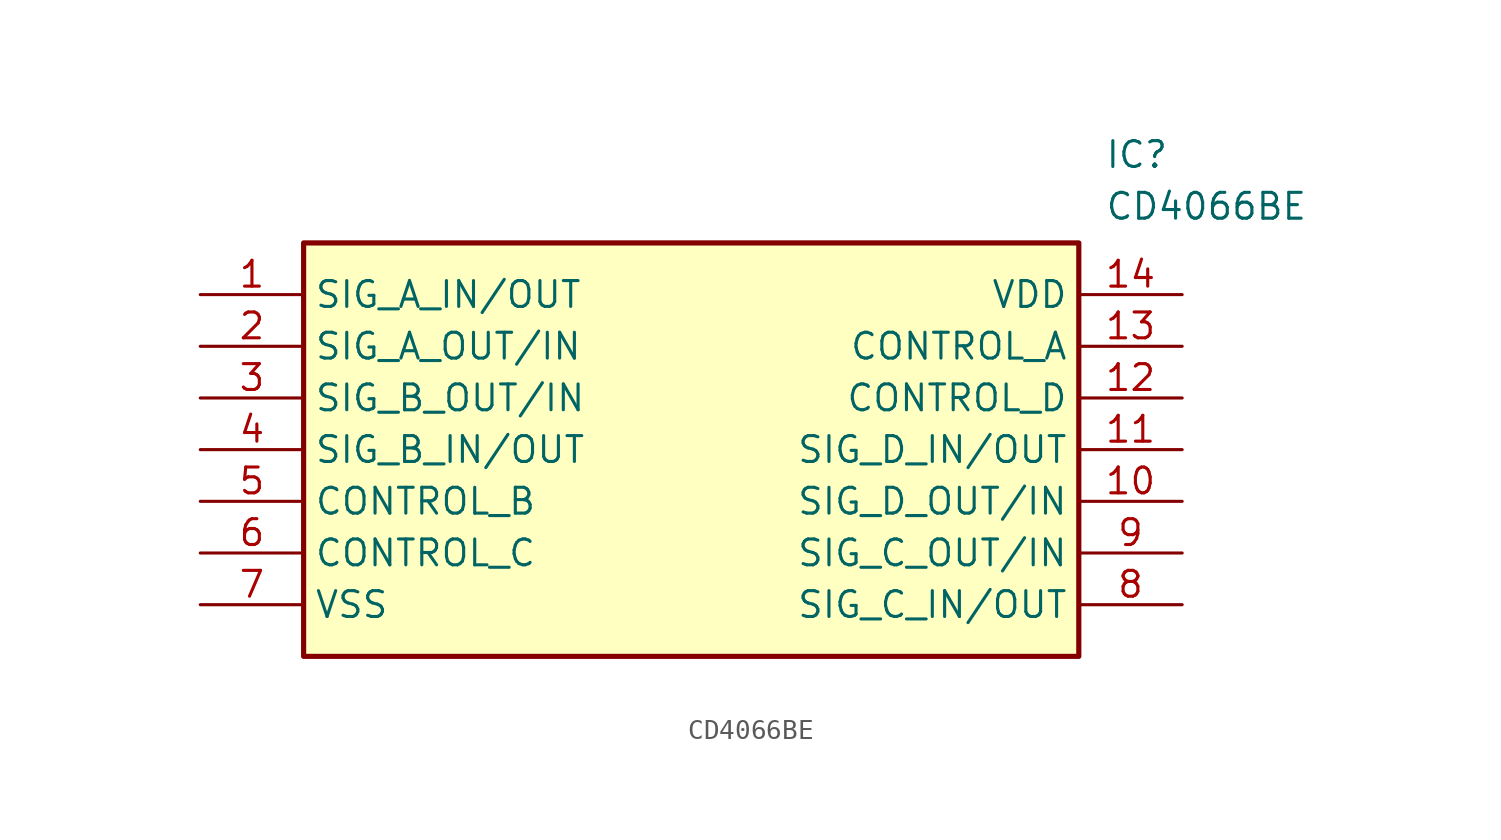
<source format=kicad_sym>
(kicad_symbol_lib
  (version 20211014)
  (generator SamacSys_ECAD_Model)
  (symbol "CD4066BE"
    (property "Reference" "IC"
      (at 44.45 7.62 0)
      (effects (font (size 1.27 1.27)) (justify left top)))
    (property "Value" "CD4066BE"
      (at 44.45 5.08 0)
      (effects (font (size 1.27 1.27)) (justify left top)))
    (rectangle
      (start 5.08 2.54)
      (end 43.18 -17.78)
      (stroke (width 0.254) (type default))
      (fill (type background)))
    (pin passive line
      (at 0 0 0)
      (length 5.08)
      (name "SIG_A_IN/OUT" (effects (font (size 1.27 1.27))))
      (number "1" (effects (font (size 1.27 1.27)))))
    (pin passive line
      (at 0 -2.54 0)
      (length 5.08)
      (name "SIG_A_OUT/IN" (effects (font (size 1.27 1.27))))
      (number "2" (effects (font (size 1.27 1.27)))))
    (pin passive line
      (at 0 -5.08 0)
      (length 5.08)
      (name "SIG_B_OUT/IN" (effects (font (size 1.27 1.27))))
      (number "3" (effects (font (size 1.27 1.27)))))
    (pin passive line
      (at 0 -7.62 0)
      (length 5.08)
      (name "SIG_B_IN/OUT" (effects (font (size 1.27 1.27))))
      (number "4" (effects (font (size 1.27 1.27)))))
    (pin passive line
      (at 0 -10.16 0)
      (length 5.08)
      (name "CONTROL_B" (effects (font (size 1.27 1.27))))
      (number "5" (effects (font (size 1.27 1.27)))))
    (pin passive line
      (at 0 -12.7 0)
      (length 5.08)
      (name "CONTROL_C" (effects (font (size 1.27 1.27))))
      (number "6" (effects (font (size 1.27 1.27)))))
    (pin passive line
      (at 0 -15.24 0)
      (length 5.08)
      (name "VSS" (effects (font (size 1.27 1.27))))
      (number "7" (effects (font (size 1.27 1.27)))))
    (pin passive line
      (at 48.26 0 180)
      (length 5.08)
      (name "VDD" (effects (font (size 1.27 1.27))))
      (number "14" (effects (font (size 1.27 1.27)))))
    (pin passive line
      (at 48.26 -2.54 180)
      (length 5.08)
      (name "CONTROL_A" (effects (font (size 1.27 1.27))))
      (number "13" (effects (font (size 1.27 1.27)))))
    (pin passive line
      (at 48.26 -5.08 180)
      (length 5.08)
      (name "CONTROL_D" (effects (font (size 1.27 1.27))))
      (number "12" (effects (font (size 1.27 1.27)))))
    (pin passive line
      (at 48.26 -7.62 180)
      (length 5.08)
      (name "SIG_D_IN/OUT" (effects (font (size 1.27 1.27))))
      (number "11" (effects (font (size 1.27 1.27)))))
    (pin passive line
      (at 48.26 -10.16 180)
      (length 5.08)
      (name "SIG_D_OUT/IN" (effects (font (size 1.27 1.27))))
      (number "10" (effects (font (size 1.27 1.27)))))
    (pin passive line
      (at 48.26 -12.7 180)
      (length 5.08)
      (name "SIG_C_OUT/IN" (effects (font (size 1.27 1.27))))
      (number "9" (effects (font (size 1.27 1.27)))))
    (pin passive line
      (at 48.26 -15.24 180)
      (length 5.08)
      (name "SIG_C_IN/OUT" (effects (font (size 1.27 1.27))))
      (number "8" (effects (font (size 1.27 1.27)))))))
</source>
